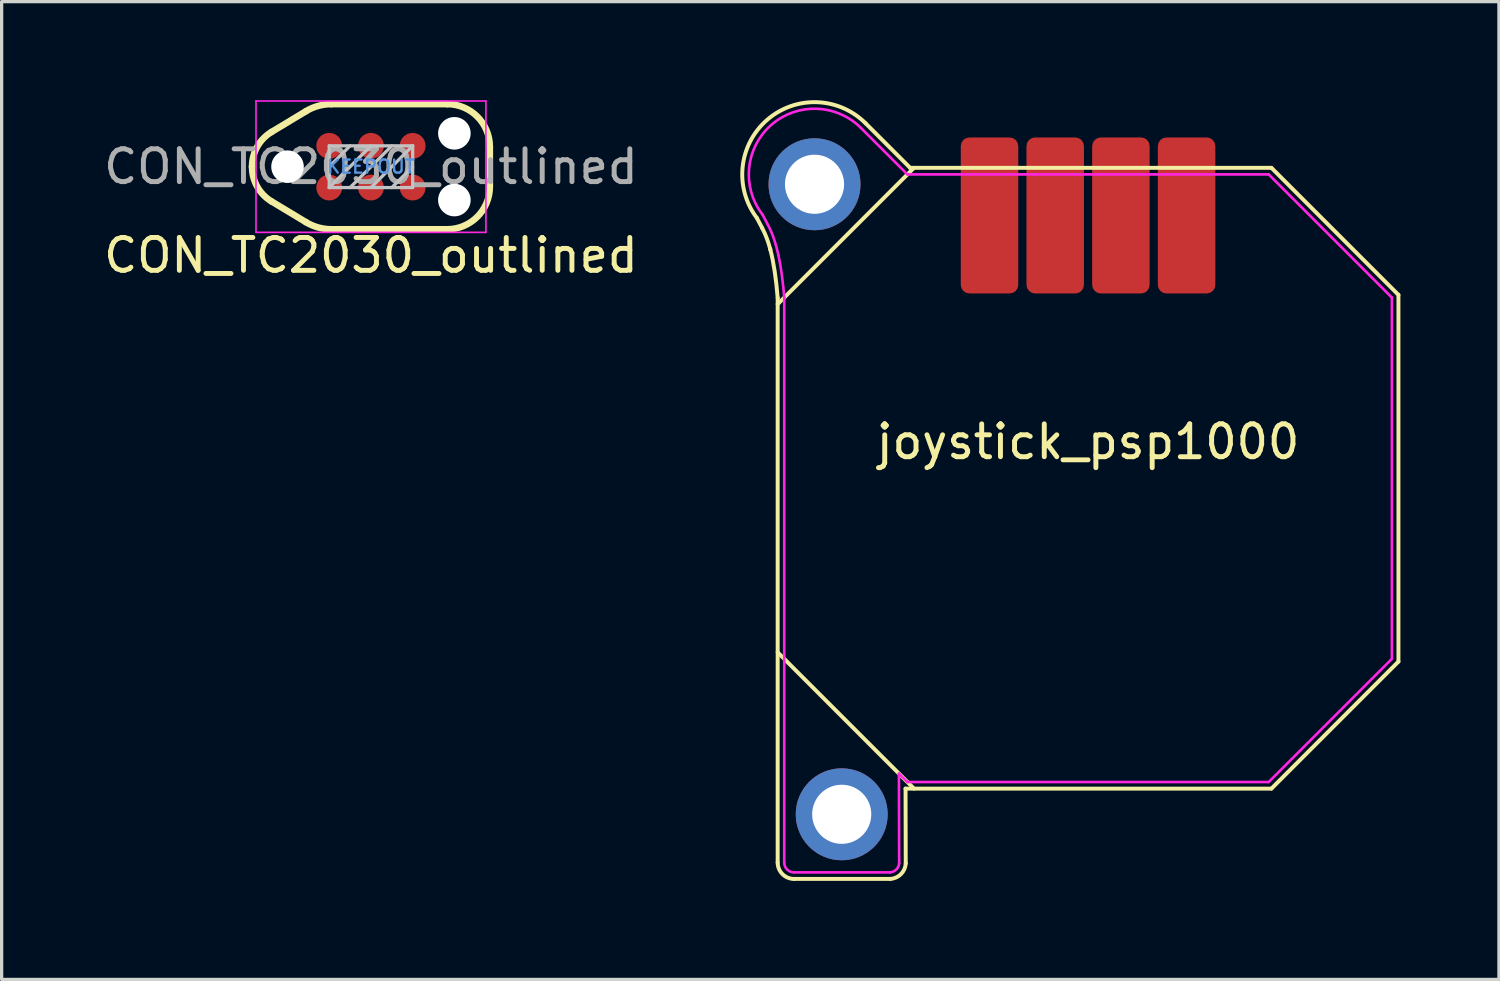
<source format=kicad_pcb>
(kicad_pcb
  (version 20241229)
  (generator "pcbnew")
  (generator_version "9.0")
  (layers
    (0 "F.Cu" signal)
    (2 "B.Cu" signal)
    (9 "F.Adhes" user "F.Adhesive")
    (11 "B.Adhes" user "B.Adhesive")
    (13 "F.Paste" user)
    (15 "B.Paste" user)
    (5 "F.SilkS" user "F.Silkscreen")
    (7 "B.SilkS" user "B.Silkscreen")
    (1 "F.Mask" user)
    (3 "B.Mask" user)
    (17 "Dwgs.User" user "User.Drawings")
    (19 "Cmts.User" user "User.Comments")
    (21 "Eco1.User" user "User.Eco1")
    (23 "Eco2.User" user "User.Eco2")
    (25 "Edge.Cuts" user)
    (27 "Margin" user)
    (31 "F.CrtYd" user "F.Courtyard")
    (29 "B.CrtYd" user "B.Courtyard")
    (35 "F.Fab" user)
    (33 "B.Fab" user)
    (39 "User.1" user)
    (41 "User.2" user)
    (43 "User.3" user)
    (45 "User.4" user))
  (footprint "joystick_psp1000"
    (layer "F.Cu")
    (at 30.077 11.51)
    (property "Reference" "joystick_psp1000" (at 0 -1.11 0) (layer "F.SilkS") (effects (font (size 1 1) (thickness 0.15))))
    (attr exclude_from_pos_files exclude_from_bom)
    (fp_line (start -9.45 11.7) (end -9.45 -5.492) (stroke (width 0.12) (type solid)) (layer "F.SilkS"))
    (fp_line (start -6.022 12.2) (end -8.95 12.2) (stroke (width 0.12) (type solid)) (layer "F.SilkS"))
    (fp_line (start -5.557 9.45) (end -5.551 11.728) (stroke (width 0.12) (type solid)) (layer "F.SilkS"))
    (fp_line (start -5.417 -9.45) (end -6.773 -10.806) (stroke (width 0.12) (type solid)) (layer "F.SilkS"))
    (fp_line (start -5.417 -9.45) (end 5.583 -9.45) (stroke (width 0.12) (type solid)) (layer "F.SilkS"))
    (fp_line (start -5.3 9.45) (end -9.45 5.3) (stroke (width 0.12) (type solid)) (layer "F.SilkS"))
    (fp_line (start -5.3 -9.45) (end -9.45 -5.3) (stroke (width 0.12) (type solid)) (layer "F.SilkS"))
    (fp_line (start 5.583 9.45) (end -5.557 9.45) (stroke (width 0.12) (type solid)) (layer "F.SilkS"))
    (fp_line (start 5.583 9.45) (end 9.45 5.583) (stroke (width 0.12) (type solid)) (layer "F.SilkS"))
    (fp_line (start 9.45 -5.583) (end 5.583 -9.45) (stroke (width 0.12) (type solid)) (layer "F.SilkS"))
    (fp_line (start 9.45 5.583) (end 9.45 -5.583) (stroke (width 0.12) (type solid)) (layer "F.SilkS"))
    (fp_arc (start -10.082035 -7.921519) (mid -9.773879 -10.908515) (end -6.772793 -10.805634) (stroke (width 0.12) (type solid)) (layer "F.SilkS"))
    (fp_arc (start -9.922844 -7.620255) (mid -10.00305 -7.770564) (end -10.082033 -7.921518) (stroke (width 0.12) (type solid)) (layer "F.SilkS"))
    (fp_arc (start -8.95 12.199998) (mid -9.303553 12.053552) (end -9.45 11.7) (stroke (width 0.12) (type solid)) (layer "F.SilkS"))
    (fp_arc (start -5.550719 11.727594) (mid -5.695981 12.053878) (end -6.021881 12.199999) (stroke (width 0.12) (type solid)) (layer "F.SilkS"))
    (fp_curve (pts (xy -9.923 -7.62) (xy -9.81 -7.411) (xy -9.733 -7.185) (xy -9.677 -6.976)) (stroke (width 0.12) (type solid)) (layer "F.SilkS"))
    (fp_curve (pts (xy -9.677 -6.976) (xy -9.676 -6.972) (xy -9.675 -6.968) (xy -9.674 -6.964)) (stroke (width 0.12) (type solid)) (layer "F.SilkS"))
    (fp_curve (pts (xy -9.674 -6.964) (xy -9.567 -6.559) (xy -9.494 -6.046) (xy -9.45 -5.492)) (stroke (width 0.12) (type solid)) (layer "F.SilkS"))
    (fp_line (start -9.452 11.702) (end -9.452 -5.49) (stroke (width 0.08) (type solid)) (layer "Eco2.User"))
    (fp_line (start -6.024 12.202) (end -8.952 12.202) (stroke (width 0.08) (type solid)) (layer "Eco2.User"))
    (fp_line (start -5.559 9.452) (end -5.553 11.73) (stroke (width 0.08) (type solid)) (layer "Eco2.User"))
    (fp_line (start -5.419 -9.448) (end -6.775 -10.804) (stroke (width 0.08) (type solid)) (layer "Eco2.User"))
    (fp_line (start -5.419 -9.448) (end 5.581 -9.448) (stroke (width 0.08) (type solid)) (layer "Eco2.User"))
    (fp_line (start 5.581 9.452) (end -5.559 9.452) (stroke (width 0.08) (type solid)) (layer "Eco2.User"))
    (fp_line (start 5.581 9.452) (end 9.448 5.585) (stroke (width 0.08) (type solid)) (layer "Eco2.User"))
    (fp_line (start 9.448 -5.581) (end 5.581 -9.448) (stroke (width 0.08) (type solid)) (layer "Eco2.User"))
    (fp_line (start 9.448 5.585) (end 9.448 -5.581) (stroke (width 0.08) (type solid)) (layer "Eco2.User"))
    (fp_arc (start -10.084154 -7.9194) (mid -9.775998 -10.906396) (end -6.774912 -10.803515) (stroke (width 0.08) (type solid)) (layer "Eco2.User"))
    (fp_arc (start -9.924963 -7.618136) (mid -10.005169 -7.768445) (end -10.084152 -7.919399) (stroke (width 0.08) (type solid)) (layer "Eco2.User"))
    (fp_arc (start -8.952119 12.202117) (mid -9.305672 12.055671) (end -9.452119 11.702119) (stroke (width 0.08) (type solid)) (layer "Eco2.User"))
    (fp_arc (start -5.552838 11.729713) (mid -5.6981 12.055997) (end -6.024 12.202118) (stroke (width 0.08) (type solid)) (layer "Eco2.User"))
    (fp_curve (pts (xy -9.925 -7.618) (xy -9.812 -7.409) (xy -9.735 -7.183) (xy -9.679 -6.974)) (stroke (width 0.08) (type solid)) (layer "Eco2.User"))
    (fp_curve (pts (xy -9.679 -6.974) (xy -9.678 -6.97) (xy -9.677 -6.966) (xy -9.676 -6.962)) (stroke (width 0.08) (type solid)) (layer "Eco2.User"))
    (fp_curve (pts (xy -9.676 -6.962) (xy -9.569 -6.557) (xy -9.496 -6.044) (xy -9.452 -5.49)) (stroke (width 0.08) (type solid)) (layer "Eco2.User"))
    (fp_line (start -9.25 -5.5) (end -9.25 11.7) (stroke (width 0.08) (type solid)) (layer "F.CrtYd"))
    (fp_line (start -8.95 12) (end -6.028 12) (stroke (width 0.08) (type solid)) (layer "F.CrtYd"))
    (fp_line (start -5.758 8.992) (end -5.5 9.25) (stroke (width 0.08) (type solid)) (layer "F.CrtYd"))
    (fp_line (start -5.751 11.722) (end -5.758 8.992) (stroke (width 0.08) (type solid)) (layer "F.CrtYd"))
    (fp_line (start -5.5 -9.25) (end -6.914 -10.664) (stroke (width 0.08) (type solid)) (layer "F.CrtYd"))
    (fp_line (start -5.5 9.25) (end 5.5 9.25) (stroke (width 0.08) (type solid)) (layer "F.CrtYd"))
    (fp_line (start 5.5 -9.25) (end -5.5 -9.25) (stroke (width 0.08) (type solid)) (layer "F.CrtYd"))
    (fp_line (start 5.5 9.25) (end 9.25 5.5) (stroke (width 0.08) (type solid)) (layer "F.CrtYd"))
    (fp_line (start 9.25 -5.5) (end 5.5 -9.25) (stroke (width 0.08) (type solid)) (layer "F.CrtYd"))
    (fp_line (start 9.25 5.5) (end 9.25 -5.5) (stroke (width 0.08) (type solid)) (layer "F.CrtYd"))
    (fp_arc (start -9.912469 -8.029012) (mid -9.648762 -10.752237) (end -6.914214 -10.664213) (stroke (width 0.08) (type solid)) (layer "F.CrtYd"))
    (fp_arc (start -9.746777 -7.715125) (mid -9.830292 -7.871714) (end -9.912468 -8.02901) (stroke (width 0.08) (type solid)) (layer "F.CrtYd"))
    (fp_arc (start -8.950001 11.999999) (mid -9.162132 11.912131) (end -9.25 11.7) (stroke (width 0.08) (type solid)) (layer "F.CrtYd"))
    (fp_arc (start -5.750734 11.721778) (mid -5.837588 11.912644) (end -6.028225 12) (stroke (width 0.08) (type solid)) (layer "F.CrtYd"))
    (fp_curve (pts (xy -9.747 -7.715) (xy -9.606 -7.454) (xy -9.504 -7.147) (xy -9.425 -6.783)) (stroke (width 0.08) (type solid)) (layer "F.CrtYd"))
    (fp_curve (pts (xy -9.425 -6.783) (xy -9.337 -6.374) (xy -9.283 -5.913) (xy -9.25 -5.5)) (stroke (width 0.08) (type solid)) (layer "F.CrtYd"))
    (pad "1" smd roundrect (at 3 -8) (size 1.75 4.75) (layers "F.Cu" "F.Mask" "F.Paste") (roundrect_rratio 0.15))
    (pad "2" smd roundrect (at 1 -8) (size 1.75 4.75) (layers "F.Cu" "F.Mask" "F.Paste") (roundrect_rratio 0.15))
    (pad "3" smd roundrect (at -1 -8) (size 1.75 4.75) (layers "F.Cu" "F.Mask" "F.Paste") (roundrect_rratio 0.15))
    (pad "4" smd roundrect (at -3 -8) (size 1.75 4.75) (layers "F.Cu" "F.Mask" "F.Paste") (roundrect_rratio 0.15))
    (pad "MP" thru_hole circle (at -8.328 -8.95) (size 2.8 2.8) (drill 1.8) (layers "*.Cu" "*.Mask"))
    (pad "MP" thru_hole circle (at -7.5 10.232) (size 2.8 2.8) (drill 1.8) (layers "*.Cu" "*.Mask")))
  (footprint "CON_TC2030_outlined"
    (layer "F.Cu")
    (at 8.244 2.025)
    (property "Reference" "CON_TC2030_outlined" (at 0 2.7 0) (layer "F.SilkS") (effects (font (size 1 1) (thickness 0.15))))
    (attr exclude_from_pos_files exclude_from_bom)
    (fp_line (start -3.619 0.008) (end -3.619 -0.008) (stroke (width 0.2) (type solid)) (layer "F.SilkS"))
    (fp_line (start -3.027 -1.057) (end -1.977 -1.69) (stroke (width 0.2) (type solid)) (layer "F.SilkS"))
    (fp_line (start -1.977 1.69) (end -3.027 1.057) (stroke (width 0.2) (type solid)) (layer "F.SilkS"))
    (fp_line (start -1.202 -1.905) (end 2.32 -1.905) (stroke (width 0.2) (type solid)) (layer "F.SilkS"))
    (fp_line (start 2.32 1.905) (end -1.202 1.905) (stroke (width 0.2) (type solid)) (layer "F.SilkS"))
    (fp_line (start 3.619 -0.605) (end 3.619 0.605) (stroke (width 0.2) (type solid)) (layer "F.SilkS"))
    (fp_arc (start -3.6195 -0.008049) (mid -3.461104 -0.610529) (end -3.026877 -1.057203) (stroke (width 0.2) (type solid)) (layer "F.SilkS"))
    (fp_arc (start -3.026877 1.057203) (mid -3.461104 0.610528) (end -3.6195 0.008049) (stroke (width 0.2) (type solid)) (layer "F.SilkS"))
    (fp_arc (start -1.976732 -1.690178) (mid -1.604252 -1.850667) (end -1.202392 -1.9055) (stroke (width 0.2) (type solid)) (layer "F.SilkS"))
    (fp_arc (start -1.202392 1.9055) (mid -1.604252 1.850667) (end -1.976732 1.690178) (stroke (width 0.2) (type solid)) (layer "F.SilkS"))
    (fp_arc (start 2.319501 -1.9055) (mid 3.23874 -1.524738) (end 3.6195 -0.605499) (stroke (width 0.2) (type solid)) (layer "F.SilkS"))
    (fp_arc (start 3.6195 0.605498) (mid 3.238739 1.524738) (end 2.3195 1.9055) (stroke (width 0.2) (type solid)) (layer "F.SilkS"))
    (fp_line (start -1.27 -0.635) (end 1.27 -0.635) (stroke (width 0.1) (type solid)) (layer "Dwgs.User"))
    (fp_line (start -1.27 0) (end -0.635 -0.635) (stroke (width 0.1) (type solid)) (layer "Dwgs.User"))
    (fp_line (start -1.27 0.635) (end -1.27 -0.635) (stroke (width 0.1) (type solid)) (layer "Dwgs.User"))
    (fp_line (start -1.27 0.635) (end 0 -0.635) (stroke (width 0.1) (type solid)) (layer "Dwgs.User"))
    (fp_line (start -0.635 0.635) (end 0.635 -0.635) (stroke (width 0.1) (type solid)) (layer "Dwgs.User"))
    (fp_line (start 0 0.635) (end 1.27 -0.635) (stroke (width 0.1) (type solid)) (layer "Dwgs.User"))
    (fp_line (start 0.635 0.635) (end 1.27 0) (stroke (width 0.1) (type solid)) (layer "Dwgs.User"))
    (fp_line (start 1.27 -0.635) (end 1.27 0.635) (stroke (width 0.1) (type solid)) (layer "Dwgs.User"))
    (fp_line (start 1.27 0.635) (end -1.27 0.635) (stroke (width 0.1) (type solid)) (layer "Dwgs.User"))
    (fp_line (start -3.5 -2) (end 3.5 -2) (stroke (width 0.05) (type solid)) (layer "F.CrtYd"))
    (fp_line (start -3.5 2) (end -3.5 -2) (stroke (width 0.05) (type solid)) (layer "F.CrtYd"))
    (fp_line (start 3.5 -2) (end 3.5 2) (stroke (width 0.05) (type solid)) (layer "F.CrtYd"))
    (fp_line (start 3.5 2) (end -3.5 2) (stroke (width 0.05) (type solid)) (layer "F.CrtYd"))
    (fp_text user "KEEPOUT" (at 0 0 0) (layer "Cmts.User") (effects (font (size 0.4 0.4) (thickness 0.07))))
    (fp_text user "${REFERENCE}" (at 0 0 0) (layer "F.Fab") (effects (font (size 1 1) (thickness 0.15))))
    (pad "" np_thru_hole circle (at -2.54 0) (size 0.991 0.991) (drill 0.991) (layers "*.Cu" "*.Mask"))
    (pad "" np_thru_hole circle (at 2.54 -1.016) (size 0.991 0.991) (drill 0.991) (layers "*.Cu" "*.Mask"))
    (pad "" np_thru_hole circle (at 2.54 1.016) (size 0.991 0.991) (drill 0.991) (layers "*.Cu" "*.Mask"))
    (pad "1" connect circle (at -1.27 0.635) (size 0.787 0.787) (layers "F.Cu" "F.Mask"))
    (pad "2" connect circle (at -1.27 -0.635) (size 0.787 0.787) (layers "F.Cu" "F.Mask"))
    (pad "3" connect circle (at 0 0.635) (size 0.787 0.787) (layers "F.Cu" "F.Mask"))
    (pad "4" connect circle (at 0 -0.635) (size 0.787 0.787) (layers "F.Cu" "F.Mask"))
    (pad "5" connect circle (at 1.27 0.635) (size 0.787 0.787) (layers "F.Cu" "F.Mask"))
    (pad "6" connect circle (at 1.27 -0.635) (size 0.787 0.787) (layers "F.Cu" "F.Mask")))
  (gr_rect
    (start -3 -3)
    (end 42.587 26.77)
    (stroke (width 0.1) (type default))
    (fill no)
    (layer "Edge.Cuts")))
</source>
